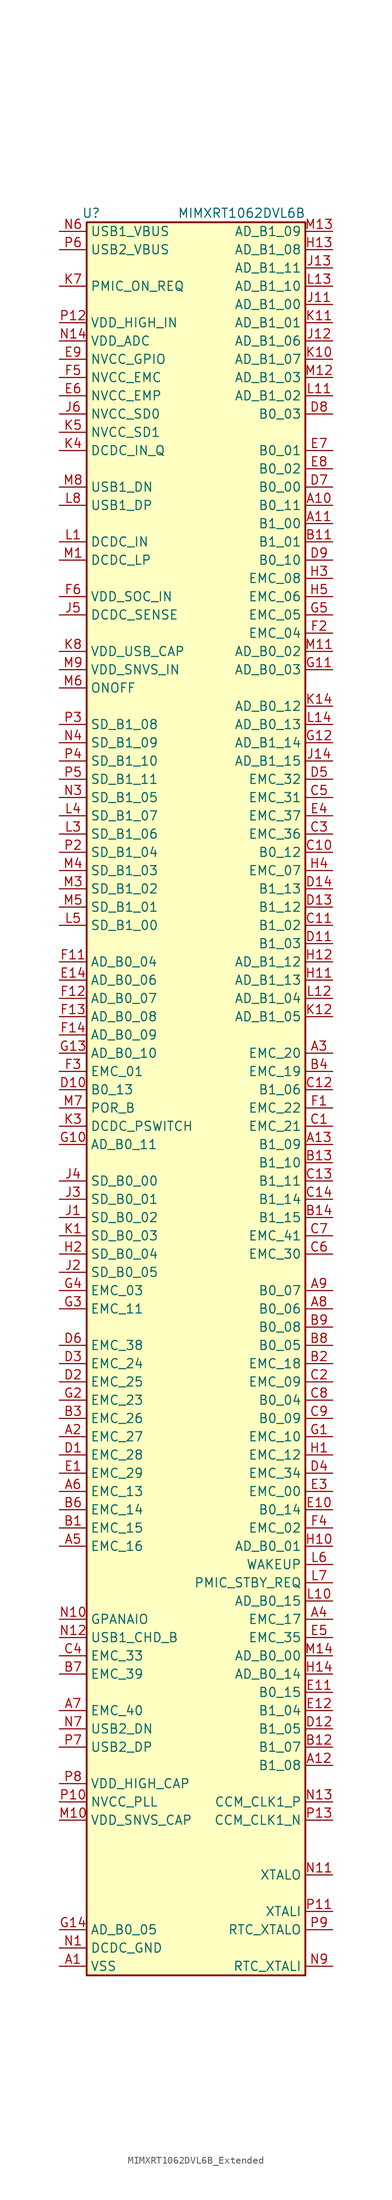
<source format=kicad_sym>
(kicad_symbol_lib
  (version 20241209)
  (generator "kicad_symbol_editor")
  (generator_version "9.0")
  (symbol "MIMXRT1062DVL6B_Extended"
    (property "Reference" "U"
      (at -14.605 123.19 0)
      (effects (font (size 1.27 1.27))))
    (property "Value" "MIMXRT1062DVL6B"
      (at 6.35 123.19 0)
      (effects (font (size 1.27 1.27))))
    (symbol "MIMXRT1062DVL6B_Extended_1_1"
      (rectangle (start -15.24 121.92) (end 15.24 -121.92) (stroke (width 0.254) (type default)) (fill (type background)))
      (pin power_in line (at -19.05 120.65 0) (length 3.81) (name "USB1_VBUS" (effects (font (size 1.27 1.27)))) (number "N6" (effects (font (size 1.27 1.27)))))
      (pin power_in line (at -19.05 118.11 0) (length 3.81) (name "USB2_VBUS" (effects (font (size 1.27 1.27)))) (number "P6" (effects (font (size 1.27 1.27)))))
      (pin output line (at -19.05 113.03 0) (length 3.81) (name "PMIC_ON_REQ" (effects (font (size 1.27 1.27)))) (number "K7" (effects (font (size 1.27 1.27)))))
      (pin power_in line (at -19.05 107.95 0) (length 3.81) (name "VDD_HIGH_IN" (effects (font (size 1.27 1.27)))) (number "P12" (effects (font (size 1.27 1.27)))))
      (pin power_in line (at -19.05 105.41 0) (length 3.81) (name "VDD_ADC" (effects (font (size 1.27 1.27)))) (number "N14" (effects (font (size 1.27 1.27)))))
      (pin power_in line (at -19.05 102.87 0) (length 3.81) (name "NVCC_GPIO" (effects (font (size 1.27 1.27)))) (number "E9" (effects (font (size 1.27 1.27)))))
      (pin power_in line (at -19.05 102.87 0) (length 3.81) (hide yes) (name "NVCC_GPIO" (effects (font (size 1.27 1.27)))) (number "F10" (effects (font (size 1.27 1.27)))))
      (pin power_in line (at -19.05 102.87 0) (length 3.81) (hide yes) (name "NVCC_GPIO" (effects (font (size 1.27 1.27)))) (number "J10" (effects (font (size 1.27 1.27)))))
      (pin power_in line (at -19.05 100.33 0) (length 3.81) (name "NVCC_EMC" (effects (font (size 1.27 1.27)))) (number "F5" (effects (font (size 1.27 1.27)))))
      (pin power_in line (at -19.05 97.79 0) (length 3.81) (name "NVCC_EMP" (effects (font (size 1.27 1.27)))) (number "E6" (effects (font (size 1.27 1.27)))))
      (pin power_in line (at -19.05 95.25 0) (length 3.81) (name "NVCC_SD0" (effects (font (size 1.27 1.27)))) (number "J6" (effects (font (size 1.27 1.27)))))
      (pin power_in line (at -19.05 92.71 0) (length 3.81) (name "NVCC_SD1" (effects (font (size 1.27 1.27)))) (number "K5" (effects (font (size 1.27 1.27)))))
      (pin power_in line (at -19.05 90.17 0) (length 3.81) (name "DCDC_IN_Q" (effects (font (size 1.27 1.27)))) (number "K4" (effects (font (size 1.27 1.27)))))
      (pin bidirectional line (at -19.05 85.09 0) (length 3.81) (name "USB1_DN" (effects (font (size 1.27 1.27)))) (number "M8" (effects (font (size 1.27 1.27)))))
      (pin bidirectional line (at -19.05 82.55 0) (length 3.81) (name "USB1_DP" (effects (font (size 1.27 1.27)))) (number "L8" (effects (font (size 1.27 1.27)))))
      (pin power_in line (at -19.05 77.47 0) (length 3.81) (name "DCDC_IN" (effects (font (size 1.27 1.27)))) (number "L1" (effects (font (size 1.27 1.27)))))
      (pin power_in line (at -19.05 77.47 0) (length 3.81) (hide yes) (name "DCDC_IN" (effects (font (size 1.27 1.27)))) (number "L2" (effects (font (size 1.27 1.27)))))
      (pin power_in line (at -19.05 74.93 0) (length 3.81) (name "DCDC_LP" (effects (font (size 1.27 1.27)))) (number "M1" (effects (font (size 1.27 1.27)))))
      (pin power_in line (at -19.05 74.93 0) (length 3.81) (hide yes) (name "DCDC_LP" (effects (font (size 1.27 1.27)))) (number "M2" (effects (font (size 1.27 1.27)))))
      (pin power_in line (at -19.05 69.85 0) (length 3.81) (name "VDD_SOC_IN" (effects (font (size 1.27 1.27)))) (number "F6" (effects (font (size 1.27 1.27)))))
      (pin power_in line (at -19.05 69.85 0) (length 3.81) (hide yes) (name "VDD_SOC_IN" (effects (font (size 1.27 1.27)))) (number "F7" (effects (font (size 1.27 1.27)))))
      (pin power_in line (at -19.05 69.85 0) (length 3.81) (hide yes) (name "VDD_SOC_IN" (effects (font (size 1.27 1.27)))) (number "F8" (effects (font (size 1.27 1.27)))))
      (pin power_in line (at -19.05 69.85 0) (length 3.81) (hide yes) (name "VDD_SOC_IN" (effects (font (size 1.27 1.27)))) (number "F9" (effects (font (size 1.27 1.27)))))
      (pin power_in line (at -19.05 69.85 0) (length 3.81) (hide yes) (name "VDD_SOC_IN" (effects (font (size 1.27 1.27)))) (number "G6" (effects (font (size 1.27 1.27)))))
      (pin power_in line (at -19.05 69.85 0) (length 3.81) (hide yes) (name "VDD_SOC_IN" (effects (font (size 1.27 1.27)))) (number "G9" (effects (font (size 1.27 1.27)))))
      (pin power_in line (at -19.05 69.85 0) (length 3.81) (hide yes) (name "VDD_SOC_IN" (effects (font (size 1.27 1.27)))) (number "H6" (effects (font (size 1.27 1.27)))))
      (pin power_in line (at -19.05 69.85 0) (length 3.81) (hide yes) (name "VDD_SOC_IN" (effects (font (size 1.27 1.27)))) (number "H9" (effects (font (size 1.27 1.27)))))
      (pin power_in line (at -19.05 69.85 0) (length 3.81) (hide yes) (name "VDD_SOC_IN" (effects (font (size 1.27 1.27)))) (number "J9" (effects (font (size 1.27 1.27)))))
      (pin power_in line (at -19.05 67.31 0) (length 3.81) (name "DCDC_SENSE" (effects (font (size 1.27 1.27)))) (number "J5" (effects (font (size 1.27 1.27)))))
      (pin power_in line (at -19.05 62.23 0) (length 3.81) (name "VDD_USB_CAP" (effects (font (size 1.27 1.27)))) (number "K8" (effects (font (size 1.27 1.27)))))
      (pin power_in line (at -19.05 59.69 0) (length 3.81) (name "VDD_SNVS_IN" (effects (font (size 1.27 1.27)))) (number "M9" (effects (font (size 1.27 1.27)))))
      (pin bidirectional line (at -19.05 57.15 0) (length 3.81) (name "ONOFF" (effects (font (size 1.27 1.27)))) (number "M6" (effects (font (size 1.27 1.27)))))
      (pin bidirectional line (at -19.05 52.07 0) (length 3.81) (name "SD_B1_08" (effects (font (size 1.27 1.27)))) (number "P3" (effects (font (size 1.27 1.27)))))
      (pin bidirectional line (at -19.05 49.53 0) (length 3.81) (name "SD_B1_09" (effects (font (size 1.27 1.27)))) (number "N4" (effects (font (size 1.27 1.27)))))
      (pin bidirectional line (at -19.05 46.99 0) (length 3.81) (name "SD_B1_10" (effects (font (size 1.27 1.27)))) (number "P4" (effects (font (size 1.27 1.27)))))
      (pin bidirectional line (at -19.05 44.45 0) (length 3.81) (name "SD_B1_11" (effects (font (size 1.27 1.27)))) (number "P5" (effects (font (size 1.27 1.27)))))
      (pin bidirectional line (at -19.05 41.91 0) (length 3.81) (name "SD_B1_05" (effects (font (size 1.27 1.27)))) (number "N3" (effects (font (size 1.27 1.27)))))
      (pin bidirectional line (at -19.05 39.37 0) (length 3.81) (name "SD_B1_07" (effects (font (size 1.27 1.27)))) (number "L4" (effects (font (size 1.27 1.27)))))
      (pin bidirectional line (at -19.05 36.83 0) (length 3.81) (name "SD_B1_06" (effects (font (size 1.27 1.27)))) (number "L3" (effects (font (size 1.27 1.27)))))
      (pin bidirectional line (at -19.05 34.29 0) (length 3.81) (name "SD_B1_04" (effects (font (size 1.27 1.27)))) (number "P2" (effects (font (size 1.27 1.27)))))
      (pin bidirectional line (at -19.05 31.75 0) (length 3.81) (name "SD_B1_03" (effects (font (size 1.27 1.27)))) (number "M4" (effects (font (size 1.27 1.27)))))
      (pin bidirectional line (at -19.05 29.21 0) (length 3.81) (name "SD_B1_02" (effects (font (size 1.27 1.27)))) (number "M3" (effects (font (size 1.27 1.27)))))
      (pin bidirectional line (at -19.05 26.67 0) (length 3.81) (name "SD_B1_01" (effects (font (size 1.27 1.27)))) (number "M5" (effects (font (size 1.27 1.27)))))
      (pin bidirectional line (at -19.05 24.13 0) (length 3.81) (name "SD_B1_00" (effects (font (size 1.27 1.27)))) (number "L5" (effects (font (size 1.27 1.27)))))
      (pin bidirectional line (at -19.05 19.05 0) (length 3.81) (name "AD_B0_04" (effects (font (size 1.27 1.27)))) (number "F11" (effects (font (size 1.27 1.27)))))
      (pin bidirectional line (at -19.05 16.51 0) (length 3.81) (name "AD_B0_06" (effects (font (size 1.27 1.27)))) (number "E14" (effects (font (size 1.27 1.27)))))
      (pin bidirectional line (at -19.05 13.97 0) (length 3.81) (name "AD_B0_07" (effects (font (size 1.27 1.27)))) (number "F12" (effects (font (size 1.27 1.27)))))
      (pin bidirectional line (at -19.05 11.43 0) (length 3.81) (name "AD_B0_08" (effects (font (size 1.27 1.27)))) (number "F13" (effects (font (size 1.27 1.27)))))
      (pin bidirectional line (at -19.05 8.89 0) (length 3.81) (name "AD_B0_09" (effects (font (size 1.27 1.27)))) (number "F14" (effects (font (size 1.27 1.27)))))
      (pin bidirectional line (at -19.05 6.35 0) (length 3.81) (name "AD_B0_10" (effects (font (size 1.27 1.27)))) (number "G13" (effects (font (size 1.27 1.27)))))
      (pin bidirectional line (at -19.05 3.81 0) (length 3.81) (name "EMC_01" (effects (font (size 1.27 1.27)))) (number "F3" (effects (font (size 1.27 1.27)))))
      (pin bidirectional line (at -19.05 1.27 0) (length 3.81) (name "B0_13" (effects (font (size 1.27 1.27)))) (number "D10" (effects (font (size 1.27 1.27)))))
      (pin bidirectional line (at -19.05 -1.27 0) (length 3.81) (name "POR_B" (effects (font (size 1.27 1.27)))) (number "M7" (effects (font (size 1.27 1.27)))))
      (pin power_in line (at -19.05 -3.81 0) (length 3.81) (name "DCDC_PSWITCH" (effects (font (size 1.27 1.27)))) (number "K3" (effects (font (size 1.27 1.27)))))
      (pin bidirectional line (at -19.05 -6.35 0) (length 3.81) (name "AD_B0_11" (effects (font (size 1.27 1.27)))) (number "G10" (effects (font (size 1.27 1.27)))))
      (pin bidirectional line (at -19.05 -11.43 0) (length 3.81) (name "SD_B0_00" (effects (font (size 1.27 1.27)))) (number "J4" (effects (font (size 1.27 1.27)))))
      (pin bidirectional line (at -19.05 -13.97 0) (length 3.81) (name "SD_B0_01" (effects (font (size 1.27 1.27)))) (number "J3" (effects (font (size 1.27 1.27)))))
      (pin bidirectional line (at -19.05 -16.51 0) (length 3.81) (name "SD_B0_02" (effects (font (size 1.27 1.27)))) (number "J1" (effects (font (size 1.27 1.27)))))
      (pin bidirectional line (at -19.05 -19.05 0) (length 3.81) (name "SD_B0_03" (effects (font (size 1.27 1.27)))) (number "K1" (effects (font (size 1.27 1.27)))))
      (pin bidirectional line (at -19.05 -21.59 0) (length 3.81) (name "SD_B0_04" (effects (font (size 1.27 1.27)))) (number "H2" (effects (font (size 1.27 1.27)))))
      (pin bidirectional line (at -19.05 -24.13 0) (length 3.81) (name "SD_B0_05" (effects (font (size 1.27 1.27)))) (number "J2" (effects (font (size 1.27 1.27)))))
      (pin bidirectional line (at -19.05 -26.67 0) (length 3.81) (name "EMC_03" (effects (font (size 1.27 1.27)))) (number "G4" (effects (font (size 1.27 1.27)))))
      (pin bidirectional line (at -19.05 -29.21 0) (length 3.81) (name "EMC_11" (effects (font (size 1.27 1.27)))) (number "G3" (effects (font (size 1.27 1.27)))))
      (pin bidirectional line (at -19.05 -34.29 0) (length 3.81) (name "EMC_38" (effects (font (size 1.27 1.27)))) (number "D6" (effects (font (size 1.27 1.27)))))
      (pin bidirectional line (at -19.05 -36.83 0) (length 3.81) (name "EMC_24" (effects (font (size 1.27 1.27)))) (number "D3" (effects (font (size 1.27 1.27)))))
      (pin bidirectional line (at -19.05 -39.37 0) (length 3.81) (name "EMC_25" (effects (font (size 1.27 1.27)))) (number "D2" (effects (font (size 1.27 1.27)))))
      (pin bidirectional line (at -19.05 -41.91 0) (length 3.81) (name "EMC_23" (effects (font (size 1.27 1.27)))) (number "G2" (effects (font (size 1.27 1.27)))))
      (pin bidirectional line (at -19.05 -44.45 0) (length 3.81) (name "EMC_26" (effects (font (size 1.27 1.27)))) (number "B3" (effects (font (size 1.27 1.27)))))
      (pin bidirectional line (at -19.05 -46.99 0) (length 3.81) (name "EMC_27" (effects (font (size 1.27 1.27)))) (number "A2" (effects (font (size 1.27 1.27)))))
      (pin bidirectional line (at -19.05 -49.53 0) (length 3.81) (name "EMC_28" (effects (font (size 1.27 1.27)))) (number "D1" (effects (font (size 1.27 1.27)))))
      (pin bidirectional line (at -19.05 -52.07 0) (length 3.81) (name "EMC_29" (effects (font (size 1.27 1.27)))) (number "E1" (effects (font (size 1.27 1.27)))))
      (pin bidirectional line (at -19.05 -54.61 0) (length 3.81) (name "EMC_13" (effects (font (size 1.27 1.27)))) (number "A6" (effects (font (size 1.27 1.27)))))
      (pin bidirectional line (at -19.05 -57.15 0) (length 3.81) (name "EMC_14" (effects (font (size 1.27 1.27)))) (number "B6" (effects (font (size 1.27 1.27)))))
      (pin bidirectional line (at -19.05 -59.69 0) (length 3.81) (name "EMC_15" (effects (font (size 1.27 1.27)))) (number "B1" (effects (font (size 1.27 1.27)))))
      (pin bidirectional line (at -19.05 -62.23 0) (length 3.81) (name "EMC_16" (effects (font (size 1.27 1.27)))) (number "A5" (effects (font (size 1.27 1.27)))))
      (pin bidirectional line (at -19.05 -72.39 0) (length 3.81) (name "GPANAIO" (effects (font (size 1.27 1.27)))) (number "N10" (effects (font (size 1.27 1.27)))))
      (pin bidirectional line (at -19.05 -74.93 0) (length 3.81) (name "USB1_CHD_B" (effects (font (size 1.27 1.27)))) (number "N12" (effects (font (size 1.27 1.27)))))
      (pin bidirectional line (at -19.05 -77.47 0) (length 3.81) (name "EMC_33" (effects (font (size 1.27 1.27)))) (number "C4" (effects (font (size 1.27 1.27)))))
      (pin bidirectional line (at -19.05 -80.01 0) (length 3.81) (name "EMC_39" (effects (font (size 1.27 1.27)))) (number "B7" (effects (font (size 1.27 1.27)))))
      (pin bidirectional line (at -19.05 -85.09 0) (length 3.81) (name "EMC_40" (effects (font (size 1.27 1.27)))) (number "A7" (effects (font (size 1.27 1.27)))))
      (pin bidirectional line (at -19.05 -87.63 0) (length 3.81) (name "USB2_DN" (effects (font (size 1.27 1.27)))) (number "N7" (effects (font (size 1.27 1.27)))))
      (pin bidirectional line (at -19.05 -90.17 0) (length 3.81) (name "USB2_DP" (effects (font (size 1.27 1.27)))) (number "P7" (effects (font (size 1.27 1.27)))))
      (pin power_in line (at -19.05 -95.25 0) (length 3.81) (name "VDD_HIGH_CAP" (effects (font (size 1.27 1.27)))) (number "P8" (effects (font (size 1.27 1.27)))))
      (pin power_in line (at -19.05 -97.79 0) (length 3.81) (name "NVCC_PLL" (effects (font (size 1.27 1.27)))) (number "P10" (effects (font (size 1.27 1.27)))))
      (pin power_in line (at -19.05 -100.33 0) (length 3.81) (name "VDD_SNVS_CAP" (effects (font (size 1.27 1.27)))) (number "M10" (effects (font (size 1.27 1.27)))))
      (pin power_in line (at -19.05 -115.57 0) (length 3.81) (name "AD_B0_05" (effects (font (size 1.27 1.27)))) (number "G14" (effects (font (size 1.27 1.27)))))
      (pin power_in line (at -19.05 -118.11 0) (length 3.81) (name "DCDC_GND" (effects (font (size 1.27 1.27)))) (number "N1" (effects (font (size 1.27 1.27)))))
      (pin power_in line (at -19.05 -118.11 0) (length 3.81) (hide yes) (name "DCDC_GND" (effects (font (size 1.27 1.27)))) (number "N2" (effects (font (size 1.27 1.27)))))
      (pin power_in line (at -19.05 -120.65 0) (length 3.81) (name "VSS" (effects (font (size 1.27 1.27)))) (number "A1" (effects (font (size 1.27 1.27)))))
      (pin power_in line (at -19.05 -120.65 0) (length 3.81) (hide yes) (name "VSS" (effects (font (size 1.27 1.27)))) (number "A14" (effects (font (size 1.27 1.27)))))
      (pin power_in line (at -19.05 -120.65 0) (length 3.81) (hide yes) (name "VSS" (effects (font (size 1.27 1.27)))) (number "B10" (effects (font (size 1.27 1.27)))))
      (pin power_in line (at -19.05 -120.65 0) (length 3.81) (hide yes) (name "VSS" (effects (font (size 1.27 1.27)))) (number "B5" (effects (font (size 1.27 1.27)))))
      (pin power_in line (at -19.05 -120.65 0) (length 3.81) (hide yes) (name "VSS" (effects (font (size 1.27 1.27)))) (number "E13" (effects (font (size 1.27 1.27)))))
      (pin power_in line (at -19.05 -120.65 0) (length 3.81) (hide yes) (name "VSS" (effects (font (size 1.27 1.27)))) (number "E2" (effects (font (size 1.27 1.27)))))
      (pin power_in line (at -19.05 -120.65 0) (length 3.81) (hide yes) (name "VSS" (effects (font (size 1.27 1.27)))) (number "G7" (effects (font (size 1.27 1.27)))))
      (pin power_in line (at -19.05 -120.65 0) (length 3.81) (hide yes) (name "VSS" (effects (font (size 1.27 1.27)))) (number "G8" (effects (font (size 1.27 1.27)))))
      (pin power_in line (at -19.05 -120.65 0) (length 3.81) (hide yes) (name "VSS" (effects (font (size 1.27 1.27)))) (number "H7" (effects (font (size 1.27 1.27)))))
      (pin power_in line (at -19.05 -120.65 0) (length 3.81) (hide yes) (name "VSS" (effects (font (size 1.27 1.27)))) (number "H8" (effects (font (size 1.27 1.27)))))
      (pin power_in line (at -19.05 -120.65 0) (length 3.81) (hide yes) (name "VSS" (effects (font (size 1.27 1.27)))) (number "J7" (effects (font (size 1.27 1.27)))))
      (pin power_in line (at -19.05 -120.65 0) (length 3.81) (hide yes) (name "VSS" (effects (font (size 1.27 1.27)))) (number "J8" (effects (font (size 1.27 1.27)))))
      (pin power_in line (at -19.05 -120.65 0) (length 3.81) (hide yes) (name "VSS" (effects (font (size 1.27 1.27)))) (number "K13" (effects (font (size 1.27 1.27)))))
      (pin power_in line (at -19.05 -120.65 0) (length 3.81) (hide yes) (name "VSS" (effects (font (size 1.27 1.27)))) (number "K2" (effects (font (size 1.27 1.27)))))
      (pin power_in line (at -19.05 -120.65 0) (length 3.81) (hide yes) (name "VSS" (effects (font (size 1.27 1.27)))) (number "K6" (effects (font (size 1.27 1.27)))))
      (pin power_in line (at -19.05 -120.65 0) (length 3.81) (hide yes) (name "VSS" (effects (font (size 1.27 1.27)))) (number "K9" (effects (font (size 1.27 1.27)))))
      (pin power_in line (at -19.05 -120.65 0) (length 3.81) (hide yes) (name "VSS" (effects (font (size 1.27 1.27)))) (number "L9" (effects (font (size 1.27 1.27)))))
      (pin power_in line (at -19.05 -120.65 0) (length 3.81) (hide yes) (name "VSS" (effects (font (size 1.27 1.27)))) (number "N5" (effects (font (size 1.27 1.27)))))
      (pin power_in line (at -19.05 -120.65 0) (length 3.81) (hide yes) (name "VSS" (effects (font (size 1.27 1.27)))) (number "N8" (effects (font (size 1.27 1.27)))))
      (pin power_in line (at -19.05 -120.65 0) (length 3.81) (hide yes) (name "VSS" (effects (font (size 1.27 1.27)))) (number "P1" (effects (font (size 1.27 1.27)))))
      (pin power_in line (at -19.05 -120.65 0) (length 3.81) (hide yes) (name "VSS" (effects (font (size 1.27 1.27)))) (number "P14" (effects (font (size 1.27 1.27)))))
      (pin bidirectional line (at 19.05 120.65 180) (length 3.81) (name "AD_B1_09" (effects (font (size 1.27 1.27)))) (number "M13" (effects (font (size 1.27 1.27)))))
      (pin bidirectional line (at 19.05 118.11 180) (length 3.81) (name "AD_B1_08" (effects (font (size 1.27 1.27)))) (number "H13" (effects (font (size 1.27 1.27)))))
      (pin bidirectional line (at 19.05 115.57 180) (length 3.81) (name "AD_B1_11" (effects (font (size 1.27 1.27)))) (number "J13" (effects (font (size 1.27 1.27)))))
      (pin bidirectional line (at 19.05 113.03 180) (length 3.81) (name "AD_B1_10" (effects (font (size 1.27 1.27)))) (number "L13" (effects (font (size 1.27 1.27)))))
      (pin bidirectional line (at 19.05 110.49 180) (length 3.81) (name "AD_B1_00" (effects (font (size 1.27 1.27)))) (number "J11" (effects (font (size 1.27 1.27)))))
      (pin bidirectional line (at 19.05 107.95 180) (length 3.81) (name "AD_B1_01" (effects (font (size 1.27 1.27)))) (number "K11" (effects (font (size 1.27 1.27)))))
      (pin bidirectional line (at 19.05 105.41 180) (length 3.81) (name "AD_B1_06" (effects (font (size 1.27 1.27)))) (number "J12" (effects (font (size 1.27 1.27)))))
      (pin bidirectional line (at 19.05 102.87 180) (length 3.81) (name "AD_B1_07" (effects (font (size 1.27 1.27)))) (number "K10" (effects (font (size 1.27 1.27)))))
      (pin bidirectional line (at 19.05 100.33 180) (length 3.81) (name "AD_B1_03" (effects (font (size 1.27 1.27)))) (number "M12" (effects (font (size 1.27 1.27)))))
      (pin bidirectional line (at 19.05 97.79 180) (length 3.81) (name "AD_B1_02" (effects (font (size 1.27 1.27)))) (number "L11" (effects (font (size 1.27 1.27)))))
      (pin bidirectional line (at 19.05 95.25 180) (length 3.81) (name "B0_03" (effects (font (size 1.27 1.27)))) (number "D8" (effects (font (size 1.27 1.27)))))
      (pin bidirectional line (at 19.05 90.17 180) (length 3.81) (name "B0_01" (effects (font (size 1.27 1.27)))) (number "E7" (effects (font (size 1.27 1.27)))))
      (pin bidirectional line (at 19.05 87.63 180) (length 3.81) (name "B0_02" (effects (font (size 1.27 1.27)))) (number "E8" (effects (font (size 1.27 1.27)))))
      (pin bidirectional line (at 19.05 85.09 180) (length 3.81) (name "B0_00" (effects (font (size 1.27 1.27)))) (number "D7" (effects (font (size 1.27 1.27)))))
      (pin bidirectional line (at 19.05 82.55 180) (length 3.81) (name "B0_11" (effects (font (size 1.27 1.27)))) (number "A10" (effects (font (size 1.27 1.27)))))
      (pin bidirectional line (at 19.05 80.01 180) (length 3.81) (name "B1_00" (effects (font (size 1.27 1.27)))) (number "A11" (effects (font (size 1.27 1.27)))))
      (pin bidirectional line (at 19.05 77.47 180) (length 3.81) (name "B1_01" (effects (font (size 1.27 1.27)))) (number "B11" (effects (font (size 1.27 1.27)))))
      (pin bidirectional line (at 19.05 74.93 180) (length 3.81) (name "B0_10" (effects (font (size 1.27 1.27)))) (number "D9" (effects (font (size 1.27 1.27)))))
      (pin bidirectional line (at 19.05 72.39 180) (length 3.81) (name "EMC_08" (effects (font (size 1.27 1.27)))) (number "H3" (effects (font (size 1.27 1.27)))))
      (pin bidirectional line (at 19.05 69.85 180) (length 3.81) (name "EMC_06" (effects (font (size 1.27 1.27)))) (number "H5" (effects (font (size 1.27 1.27)))))
      (pin bidirectional line (at 19.05 67.31 180) (length 3.81) (name "EMC_05" (effects (font (size 1.27 1.27)))) (number "G5" (effects (font (size 1.27 1.27)))))
      (pin bidirectional line (at 19.05 64.77 180) (length 3.81) (name "EMC_04" (effects (font (size 1.27 1.27)))) (number "F2" (effects (font (size 1.27 1.27)))))
      (pin bidirectional line (at 19.05 62.23 180) (length 3.81) (name "AD_B0_02" (effects (font (size 1.27 1.27)))) (number "M11" (effects (font (size 1.27 1.27)))))
      (pin bidirectional line (at 19.05 59.69 180) (length 3.81) (name "AD_B0_03" (effects (font (size 1.27 1.27)))) (number "G11" (effects (font (size 1.27 1.27)))))
      (pin bidirectional line (at 19.05 54.61 180) (length 3.81) (name "AD_B0_12" (effects (font (size 1.27 1.27)))) (number "K14" (effects (font (size 1.27 1.27)))))
      (pin bidirectional line (at 19.05 52.07 180) (length 3.81) (name "AD_B0_13" (effects (font (size 1.27 1.27)))) (number "L14" (effects (font (size 1.27 1.27)))))
      (pin bidirectional line (at 19.05 49.53 180) (length 3.81) (name "AD_B1_14" (effects (font (size 1.27 1.27)))) (number "G12" (effects (font (size 1.27 1.27)))))
      (pin bidirectional line (at 19.05 46.99 180) (length 3.81) (name "AD_B1_15" (effects (font (size 1.27 1.27)))) (number "J14" (effects (font (size 1.27 1.27)))))
      (pin bidirectional line (at 19.05 44.45 180) (length 3.81) (name "EMC_32" (effects (font (size 1.27 1.27)))) (number "D5" (effects (font (size 1.27 1.27)))))
      (pin bidirectional line (at 19.05 41.91 180) (length 3.81) (name "EMC_31" (effects (font (size 1.27 1.27)))) (number "C5" (effects (font (size 1.27 1.27)))))
      (pin bidirectional line (at 19.05 39.37 180) (length 3.81) (name "EMC_37" (effects (font (size 1.27 1.27)))) (number "E4" (effects (font (size 1.27 1.27)))))
      (pin bidirectional line (at 19.05 36.83 180) (length 3.81) (name "EMC_36" (effects (font (size 1.27 1.27)))) (number "C3" (effects (font (size 1.27 1.27)))))
      (pin bidirectional line (at 19.05 34.29 180) (length 3.81) (name "B0_12" (effects (font (size 1.27 1.27)))) (number "C10" (effects (font (size 1.27 1.27)))))
      (pin bidirectional line (at 19.05 31.75 180) (length 3.81) (name "EMC_07" (effects (font (size 1.27 1.27)))) (number "H4" (effects (font (size 1.27 1.27)))))
      (pin bidirectional line (at 19.05 29.21 180) (length 3.81) (name "B1_13" (effects (font (size 1.27 1.27)))) (number "D14" (effects (font (size 1.27 1.27)))))
      (pin bidirectional line (at 19.05 26.67 180) (length 3.81) (name "B1_12" (effects (font (size 1.27 1.27)))) (number "D13" (effects (font (size 1.27 1.27)))))
      (pin bidirectional line (at 19.05 24.13 180) (length 3.81) (name "B1_02" (effects (font (size 1.27 1.27)))) (number "C11" (effects (font (size 1.27 1.27)))))
      (pin bidirectional line (at 19.05 21.59 180) (length 3.81) (name "B1_03" (effects (font (size 1.27 1.27)))) (number "D11" (effects (font (size 1.27 1.27)))))
      (pin bidirectional line (at 19.05 19.05 180) (length 3.81) (name "AD_B1_12" (effects (font (size 1.27 1.27)))) (number "H12" (effects (font (size 1.27 1.27)))))
      (pin bidirectional line (at 19.05 16.51 180) (length 3.81) (name "AD_B1_13" (effects (font (size 1.27 1.27)))) (number "H11" (effects (font (size 1.27 1.27)))))
      (pin bidirectional line (at 19.05 13.97 180) (length 3.81) (name "AD_B1_04" (effects (font (size 1.27 1.27)))) (number "L12" (effects (font (size 1.27 1.27)))))
      (pin bidirectional line (at 19.05 11.43 180) (length 3.81) (name "AD_B1_05" (effects (font (size 1.27 1.27)))) (number "K12" (effects (font (size 1.27 1.27)))))
      (pin bidirectional line (at 19.05 6.35 180) (length 3.81) (name "EMC_20" (effects (font (size 1.27 1.27)))) (number "A3" (effects (font (size 1.27 1.27)))))
      (pin bidirectional line (at 19.05 3.81 180) (length 3.81) (name "EMC_19" (effects (font (size 1.27 1.27)))) (number "B4" (effects (font (size 1.27 1.27)))))
      (pin bidirectional line (at 19.05 1.27 180) (length 3.81) (name "B1_06" (effects (font (size 1.27 1.27)))) (number "C12" (effects (font (size 1.27 1.27)))))
      (pin bidirectional line (at 19.05 -1.27 180) (length 3.81) (name "EMC_22" (effects (font (size 1.27 1.27)))) (number "F1" (effects (font (size 1.27 1.27)))))
      (pin bidirectional line (at 19.05 -3.81 180) (length 3.81) (name "EMC_21" (effects (font (size 1.27 1.27)))) (number "C1" (effects (font (size 1.27 1.27)))))
      (pin bidirectional line (at 19.05 -6.35 180) (length 3.81) (name "B1_09" (effects (font (size 1.27 1.27)))) (number "A13" (effects (font (size 1.27 1.27)))))
      (pin bidirectional line (at 19.05 -8.89 180) (length 3.81) (name "B1_10" (effects (font (size 1.27 1.27)))) (number "B13" (effects (font (size 1.27 1.27)))))
      (pin bidirectional line (at 19.05 -11.43 180) (length 3.81) (name "B1_11" (effects (font (size 1.27 1.27)))) (number "C13" (effects (font (size 1.27 1.27)))))
      (pin bidirectional line (at 19.05 -13.97 180) (length 3.81) (name "B1_14" (effects (font (size 1.27 1.27)))) (number "C14" (effects (font (size 1.27 1.27)))))
      (pin bidirectional line (at 19.05 -16.51 180) (length 3.81) (name "B1_15" (effects (font (size 1.27 1.27)))) (number "B14" (effects (font (size 1.27 1.27)))))
      (pin bidirectional line (at 19.05 -19.05 180) (length 3.81) (name "EMC_41" (effects (font (size 1.27 1.27)))) (number "C7" (effects (font (size 1.27 1.27)))))
      (pin bidirectional line (at 19.05 -21.59 180) (length 3.81) (name "EMC_30" (effects (font (size 1.27 1.27)))) (number "C6" (effects (font (size 1.27 1.27)))))
      (pin bidirectional line (at 19.05 -26.67 180) (length 3.81) (name "B0_07" (effects (font (size 1.27 1.27)))) (number "A9" (effects (font (size 1.27 1.27)))))
      (pin bidirectional line (at 19.05 -29.21 180) (length 3.81) (name "B0_06" (effects (font (size 1.27 1.27)))) (number "A8" (effects (font (size 1.27 1.27)))))
      (pin bidirectional line (at 19.05 -31.75 180) (length 3.81) (name "B0_08" (effects (font (size 1.27 1.27)))) (number "B9" (effects (font (size 1.27 1.27)))))
      (pin bidirectional line (at 19.05 -34.29 180) (length 3.81) (name "B0_05" (effects (font (size 1.27 1.27)))) (number "B8" (effects (font (size 1.27 1.27)))))
      (pin bidirectional line (at 19.05 -36.83 180) (length 3.81) (name "EMC_18" (effects (font (size 1.27 1.27)))) (number "B2" (effects (font (size 1.27 1.27)))))
      (pin bidirectional line (at 19.05 -39.37 180) (length 3.81) (name "EMC_09" (effects (font (size 1.27 1.27)))) (number "C2" (effects (font (size 1.27 1.27)))))
      (pin bidirectional line (at 19.05 -41.91 180) (length 3.81) (name "B0_04" (effects (font (size 1.27 1.27)))) (number "C8" (effects (font (size 1.27 1.27)))))
      (pin bidirectional line (at 19.05 -44.45 180) (length 3.81) (name "B0_09" (effects (font (size 1.27 1.27)))) (number "C9" (effects (font (size 1.27 1.27)))))
      (pin bidirectional line (at 19.05 -46.99 180) (length 3.81) (name "EMC_10" (effects (font (size 1.27 1.27)))) (number "G1" (effects (font (size 1.27 1.27)))))
      (pin bidirectional line (at 19.05 -49.53 180) (length 3.81) (name "EMC_12" (effects (font (size 1.27 1.27)))) (number "H1" (effects (font (size 1.27 1.27)))))
      (pin bidirectional line (at 19.05 -52.07 180) (length 3.81) (name "EMC_34" (effects (font (size 1.27 1.27)))) (number "D4" (effects (font (size 1.27 1.27)))))
      (pin bidirectional line (at 19.05 -54.61 180) (length 3.81) (name "EMC_00" (effects (font (size 1.27 1.27)))) (number "E3" (effects (font (size 1.27 1.27)))))
      (pin bidirectional line (at 19.05 -57.15 180) (length 3.81) (name "B0_14" (effects (font (size 1.27 1.27)))) (number "E10" (effects (font (size 1.27 1.27)))))
      (pin bidirectional line (at 19.05 -59.69 180) (length 3.81) (name "EMC_02" (effects (font (size 1.27 1.27)))) (number "F4" (effects (font (size 1.27 1.27)))))
      (pin bidirectional line (at 19.05 -62.23 180) (length 3.81) (name "AD_B0_01" (effects (font (size 1.27 1.27)))) (number "H10" (effects (font (size 1.27 1.27)))))
      (pin bidirectional line (at 19.05 -64.77 180) (length 3.81) (name "WAKEUP" (effects (font (size 1.27 1.27)))) (number "L6" (effects (font (size 1.27 1.27)))))
      (pin bidirectional line (at 19.05 -67.31 180) (length 3.81) (name "PMIC_STBY_REQ" (effects (font (size 1.27 1.27)))) (number "L7" (effects (font (size 1.27 1.27)))))
      (pin bidirectional line (at 19.05 -69.85 180) (length 3.81) (name "AD_B0_15" (effects (font (size 1.27 1.27)))) (number "L10" (effects (font (size 1.27 1.27)))))
      (pin bidirectional line (at 19.05 -72.39 180) (length 3.81) (name "EMC_17" (effects (font (size 1.27 1.27)))) (number "A4" (effects (font (size 1.27 1.27)))))
      (pin bidirectional line (at 19.05 -74.93 180) (length 3.81) (name "EMC_35" (effects (font (size 1.27 1.27)))) (number "E5" (effects (font (size 1.27 1.27)))))
      (pin bidirectional line (at 19.05 -77.47 180) (length 3.81) (name "AD_B0_00" (effects (font (size 1.27 1.27)))) (number "M14" (effects (font (size 1.27 1.27)))))
      (pin bidirectional line (at 19.05 -80.01 180) (length 3.81) (name "AD_B0_14" (effects (font (size 1.27 1.27)))) (number "H14" (effects (font (size 1.27 1.27)))))
      (pin bidirectional line (at 19.05 -82.55 180) (length 3.81) (name "B0_15" (effects (font (size 1.27 1.27)))) (number "E11" (effects (font (size 1.27 1.27)))))
      (pin bidirectional line (at 19.05 -85.09 180) (length 3.81) (name "B1_04" (effects (font (size 1.27 1.27)))) (number "E12" (effects (font (size 1.27 1.27)))))
      (pin bidirectional line (at 19.05 -87.63 180) (length 3.81) (name "B1_05" (effects (font (size 1.27 1.27)))) (number "D12" (effects (font (size 1.27 1.27)))))
      (pin bidirectional line (at 19.05 -90.17 180) (length 3.81) (name "B1_07" (effects (font (size 1.27 1.27)))) (number "B12" (effects (font (size 1.27 1.27)))))
      (pin bidirectional line (at 19.05 -92.71 180) (length 3.81) (name "B1_08" (effects (font (size 1.27 1.27)))) (number "A12" (effects (font (size 1.27 1.27)))))
      (pin bidirectional line (at 19.05 -97.79 180) (length 3.81) (name "CCM_CLK1_P" (effects (font (size 1.27 1.27)))) (number "N13" (effects (font (size 1.27 1.27)))))
      (pin bidirectional line (at 19.05 -100.33 180) (length 3.81) (name "CCM_CLK1_N" (effects (font (size 1.27 1.27)))) (number "P13" (effects (font (size 1.27 1.27)))))
      (pin bidirectional line (at 19.05 -107.95 180) (length 3.81) (name "XTALO" (effects (font (size 1.27 1.27)))) (number "N11" (effects (font (size 1.27 1.27)))))
      (pin bidirectional line (at 19.05 -113.03 180) (length 3.81) (name "XTALI" (effects (font (size 1.27 1.27)))) (number "P11" (effects (font (size 1.27 1.27)))))
      (pin bidirectional line (at 19.05 -115.57 180) (length 3.81) (name "RTC_XTALO" (effects (font (size 1.27 1.27)))) (number "P9" (effects (font (size 1.27 1.27)))))
      (pin bidirectional line (at 19.05 -120.65 180) (length 3.81) (name "RTC_XTALI" (effects (font (size 1.27 1.27)))) (number "N9" (effects (font (size 1.27 1.27))))))))
</source>
